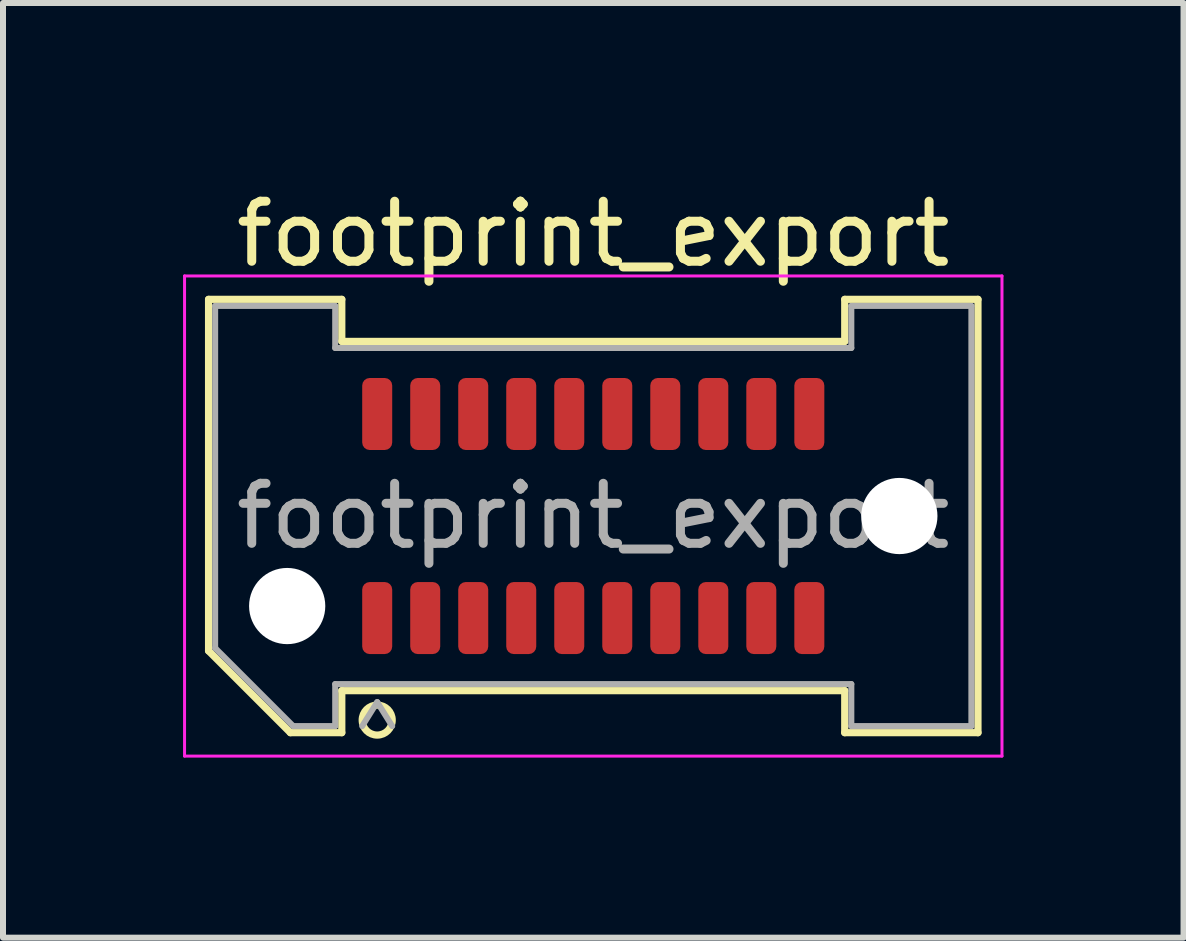
<source format=kicad_pcb>
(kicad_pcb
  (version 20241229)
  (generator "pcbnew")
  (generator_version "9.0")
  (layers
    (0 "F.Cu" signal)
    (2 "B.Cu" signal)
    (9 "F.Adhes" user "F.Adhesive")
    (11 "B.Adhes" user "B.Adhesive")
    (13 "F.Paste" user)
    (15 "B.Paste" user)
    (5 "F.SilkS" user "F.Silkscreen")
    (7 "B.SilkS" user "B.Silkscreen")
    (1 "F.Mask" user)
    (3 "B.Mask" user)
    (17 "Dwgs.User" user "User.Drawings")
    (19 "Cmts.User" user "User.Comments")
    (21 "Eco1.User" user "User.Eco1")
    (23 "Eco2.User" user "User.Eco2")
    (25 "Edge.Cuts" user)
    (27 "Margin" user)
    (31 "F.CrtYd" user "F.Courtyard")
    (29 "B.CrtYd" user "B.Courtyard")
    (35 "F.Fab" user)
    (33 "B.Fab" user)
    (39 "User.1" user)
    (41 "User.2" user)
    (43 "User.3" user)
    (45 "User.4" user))
  (footprint "footprint_export"
    (layer "F.Cu")
    (at 6.835 5.548)
    (property "Reference" "footprint_export" (at 0 -4.7 0) (layer "F.SilkS") (effects (font (size 1 1) (thickness 0.15))))
    (attr smd)
    (fp_line (start -6.41 -3.61) (end -4.19 -3.61) (stroke (width 0.12) (type solid)) (layer "F.SilkS"))
    (fp_line (start -6.41 2.246) (end -6.41 -3.61) (stroke (width 0.12) (type solid)) (layer "F.SilkS"))
    (fp_line (start -5.046 3.61) (end -6.41 2.246) (stroke (width 0.12) (type solid)) (layer "F.SilkS"))
    (fp_line (start -4.19 -3.61) (end -4.19 -2.91) (stroke (width 0.12) (type solid)) (layer "F.SilkS"))
    (fp_line (start -4.19 -2.91) (end 4.19 -2.91) (stroke (width 0.12) (type solid)) (layer "F.SilkS"))
    (fp_line (start -4.19 2.91) (end -4.19 3.61) (stroke (width 0.12) (type solid)) (layer "F.SilkS"))
    (fp_line (start -4.19 3.61) (end -5.046 3.61) (stroke (width 0.12) (type solid)) (layer "F.SilkS"))
    (fp_line (start 4.19 -3.61) (end 6.41 -3.61) (stroke (width 0.12) (type solid)) (layer "F.SilkS"))
    (fp_line (start 4.19 -2.91) (end 4.19 -3.61) (stroke (width 0.12) (type solid)) (layer "F.SilkS"))
    (fp_line (start 4.19 2.91) (end -4.19 2.91) (stroke (width 0.12) (type solid)) (layer "F.SilkS"))
    (fp_line (start 4.19 3.61) (end 4.19 2.91) (stroke (width 0.12) (type solid)) (layer "F.SilkS"))
    (fp_line (start 6.41 -3.61) (end 6.41 3.61) (stroke (width 0.12) (type solid)) (layer "F.SilkS"))
    (fp_line (start 6.41 3.61) (end 4.19 3.61) (stroke (width 0.12) (type solid)) (layer "F.SilkS"))
    (fp_arc (start -3.35 3.4) (mid -3.85 3.4) (end -3.35 3.4) (stroke (width 0.12) (type solid)) (layer "F.SilkS"))
    (fp_line (start -6.81 -4) (end -6.81 4) (stroke (width 0.05) (type solid)) (layer "F.CrtYd"))
    (fp_line (start -6.81 4) (end 6.81 4) (stroke (width 0.05) (type solid)) (layer "F.CrtYd"))
    (fp_line (start 6.81 -4) (end -6.81 -4) (stroke (width 0.05) (type solid)) (layer "F.CrtYd"))
    (fp_line (start 6.81 4) (end 6.81 -4) (stroke (width 0.05) (type solid)) (layer "F.CrtYd"))
    (fp_line (start -6.3 -3.5) (end -4.3 -3.5) (stroke (width 0.1) (type solid)) (layer "F.Fab"))
    (fp_line (start -6.3 2.2) (end -6.3 -3.5) (stroke (width 0.1) (type solid)) (layer "F.Fab"))
    (fp_line (start -5 3.5) (end -6.3 2.2) (stroke (width 0.1) (type solid)) (layer "F.Fab"))
    (fp_line (start -4.3 -3.5) (end -4.3 -2.8) (stroke (width 0.1) (type solid)) (layer "F.Fab"))
    (fp_line (start -4.3 -2.8) (end 4.3 -2.8) (stroke (width 0.1) (type solid)) (layer "F.Fab"))
    (fp_line (start -4.3 2.8) (end -4.3 3.5) (stroke (width 0.1) (type solid)) (layer "F.Fab"))
    (fp_line (start -4.3 3.5) (end -5 3.5) (stroke (width 0.1) (type solid)) (layer "F.Fab"))
    (fp_line (start -3.6 3.1) (end -3.85 3.5) (stroke (width 0.1) (type solid)) (layer "F.Fab"))
    (fp_line (start -3.6 3.1) (end -3.35 3.5) (stroke (width 0.1) (type solid)) (layer "F.Fab"))
    (fp_line (start 4.3 -3.5) (end 6.3 -3.5) (stroke (width 0.1) (type solid)) (layer "F.Fab"))
    (fp_line (start 4.3 -2.8) (end 4.3 -3.5) (stroke (width 0.1) (type solid)) (layer "F.Fab"))
    (fp_line (start 4.3 2.8) (end -4.3 2.8) (stroke (width 0.1) (type solid)) (layer "F.Fab"))
    (fp_line (start 4.3 3.5) (end 4.3 2.8) (stroke (width 0.1) (type solid)) (layer "F.Fab"))
    (fp_line (start 6.3 -3.5) (end 6.3 3.5) (stroke (width 0.1) (type solid)) (layer "F.Fab"))
    (fp_line (start 6.3 3.5) (end 4.3 3.5) (stroke (width 0.1) (type solid)) (layer "F.Fab"))
    (fp_text user "${REFERENCE}" (at 0 0 0) (layer "F.Fab") (effects (font (size 1 1) (thickness 0.15))))
    (pad "" np_thru_hole circle (at -5.1 1.5) (size 1.27 1.27) (drill 1.27) (layers "*.Cu" "*.Mask"))
    (pad "" np_thru_hole circle (at 5.1 0) (size 1.27 1.27) (drill 1.27) (layers "*.Cu" "*.Mask"))
    (pad "1" smd roundrect (at -3.6 1.7) (size 0.5 1.2) (layers "F.Cu" "F.Mask" "F.Paste") (roundrect_rratio 0.25))
    (pad "2" smd roundrect (at -3.6 -1.7) (size 0.5 1.2) (layers "F.Cu" "F.Mask" "F.Paste") (roundrect_rratio 0.25))
    (pad "3" smd roundrect (at -2.8 1.7) (size 0.5 1.2) (layers "F.Cu" "F.Mask" "F.Paste") (roundrect_rratio 0.25))
    (pad "4" smd roundrect (at -2.8 -1.7) (size 0.5 1.2) (layers "F.Cu" "F.Mask" "F.Paste") (roundrect_rratio 0.25))
    (pad "5" smd roundrect (at -2 1.7) (size 0.5 1.2) (layers "F.Cu" "F.Mask" "F.Paste") (roundrect_rratio 0.25))
    (pad "6" smd roundrect (at -2 -1.7) (size 0.5 1.2) (layers "F.Cu" "F.Mask" "F.Paste") (roundrect_rratio 0.25))
    (pad "7" smd roundrect (at -1.2 1.7) (size 0.5 1.2) (layers "F.Cu" "F.Mask" "F.Paste") (roundrect_rratio 0.25))
    (pad "8" smd roundrect (at -1.2 -1.7) (size 0.5 1.2) (layers "F.Cu" "F.Mask" "F.Paste") (roundrect_rratio 0.25))
    (pad "9" smd roundrect (at -0.4 1.7) (size 0.5 1.2) (layers "F.Cu" "F.Mask" "F.Paste") (roundrect_rratio 0.25))
    (pad "10" smd roundrect (at -0.4 -1.7) (size 0.5 1.2) (layers "F.Cu" "F.Mask" "F.Paste") (roundrect_rratio 0.25))
    (pad "11" smd roundrect (at 0.4 1.7) (size 0.5 1.2) (layers "F.Cu" "F.Mask" "F.Paste") (roundrect_rratio 0.25))
    (pad "12" smd roundrect (at 0.4 -1.7) (size 0.5 1.2) (layers "F.Cu" "F.Mask" "F.Paste") (roundrect_rratio 0.25))
    (pad "13" smd roundrect (at 1.2 1.7) (size 0.5 1.2) (layers "F.Cu" "F.Mask" "F.Paste") (roundrect_rratio 0.25))
    (pad "14" smd roundrect (at 1.2 -1.7) (size 0.5 1.2) (layers "F.Cu" "F.Mask" "F.Paste") (roundrect_rratio 0.25))
    (pad "15" smd roundrect (at 2 1.7) (size 0.5 1.2) (layers "F.Cu" "F.Mask" "F.Paste") (roundrect_rratio 0.25))
    (pad "16" smd roundrect (at 2 -1.7) (size 0.5 1.2) (layers "F.Cu" "F.Mask" "F.Paste") (roundrect_rratio 0.25))
    (pad "17" smd roundrect (at 2.8 1.7) (size 0.5 1.2) (layers "F.Cu" "F.Mask" "F.Paste") (roundrect_rratio 0.25))
    (pad "18" smd roundrect (at 2.8 -1.7) (size 0.5 1.2) (layers "F.Cu" "F.Mask" "F.Paste") (roundrect_rratio 0.25))
    (pad "19" smd roundrect (at 3.6 1.7) (size 0.5 1.2) (layers "F.Cu" "F.Mask" "F.Paste") (roundrect_rratio 0.25))
    (pad "20" smd roundrect (at 3.6 -1.7) (size 0.5 1.2) (layers "F.Cu" "F.Mask" "F.Paste") (roundrect_rratio 0.25)))
  (gr_rect
    (start -3 -3)
    (end 16.67 12.573)
    (stroke (width 0.1) (type default))
    (fill no)
    (layer "Edge.Cuts")))
</source>
